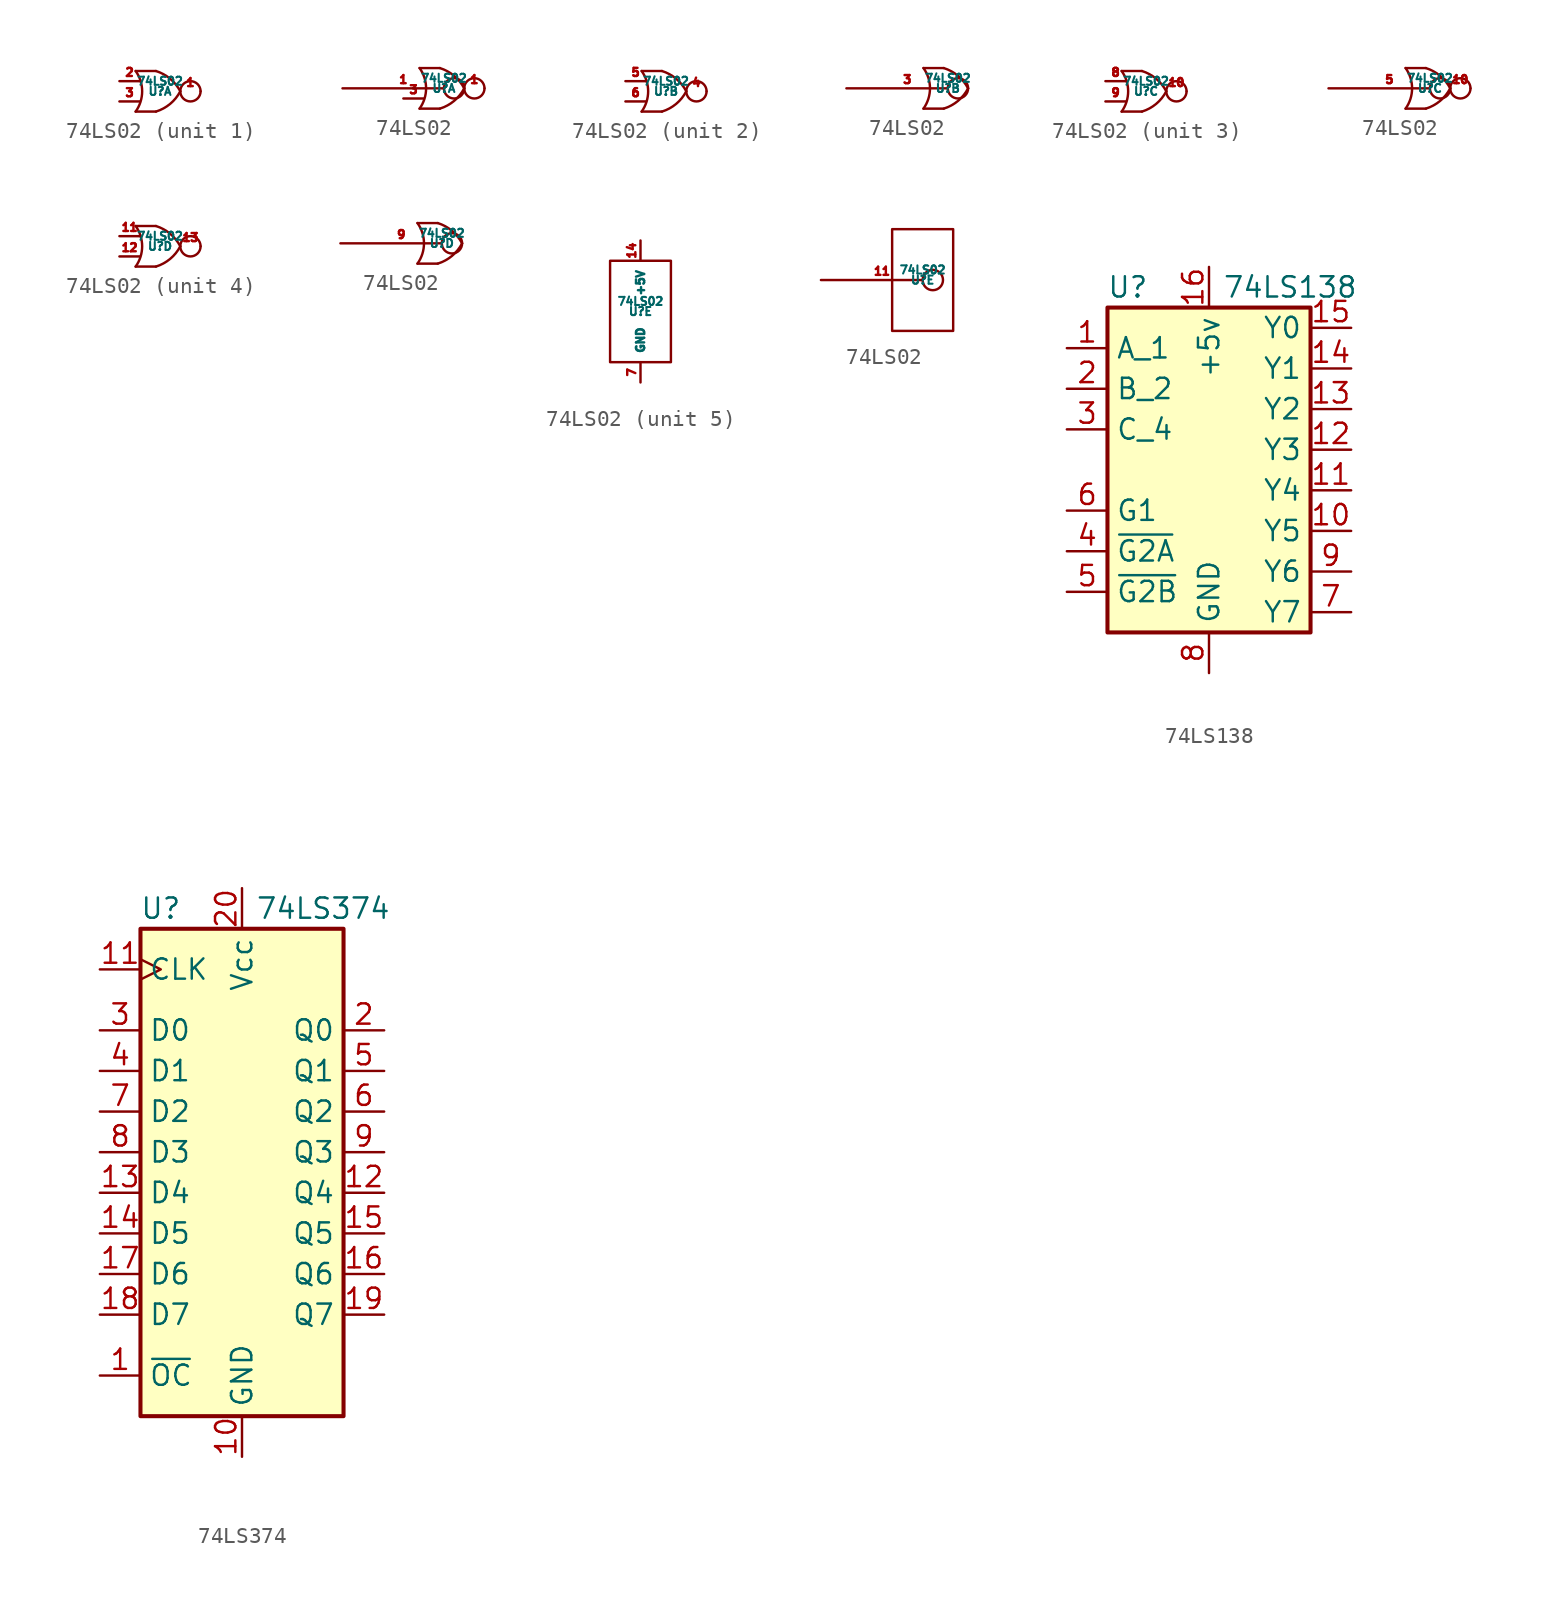
<source format=kicad_sym>
(kicad_symbol_lib
  (version 20211014)
  (generator kicad_symbol_editor)
  (symbol "74LS02"
    (property "Reference" "U"
      (at 0 0 0)
      (effects (font (size 0.508 0.508))))
    (property "Value" "74LS02"
      (at 0 0.635 0)
      (effects (font (size 0.508 0.508))))
    (property "Footprint" ""
      (at 1.27 0 0)
      (effects (font (size 1.524 1.524))))
    (property "Datasheet" ""
      (at 1.27 0 0)
      (effects (font (size 1.524 1.524))))
    (symbol "74LS02_1_0"
      (arc (start -1.524 -1.27) (mid -1.117 0) (end -1.524 1.27) (stroke (width 0) (type default) (color 0 0 0 0)) (fill (type none)))
      (arc (start -0.254 -1.27) (mid 0.6362 -0.7874) (end 1.27 0) (stroke (width 0) (type default) (color 0 0 0 0)) (fill (type none)))
      (polyline (pts (xy -1.524 -1.27) (xy -0.254 -1.27)) (stroke (width 0) (type default) (color 0 0 0 0)) (fill (type none)))
      (polyline (pts (xy -1.524 1.27) (xy -0.254 1.27)) (stroke (width 0) (type default) (color 0 0 0 0)) (fill (type none)))
      (arc (start 1.27 0) (mid 0.6339 0.7864) (end -0.254 1.27) (stroke (width 0) (type default) (color 0 0 0 0)) (fill (type none)))
      (pin output inverted (at 2.54 0 180) (length 1.27) (name "~" (effects (font (size 0.508 0.508)))) (number "1" (effects (font (size 0.508 0.508)))))
      (pin input line (at -2.54 -0.635 0) (length 1.27) (name "~" (effects (font (size 0.508 0.508)))) (number "3" (effects (font (size 0.508 0.508))))))
    (symbol "74LS02_1_1"
      (pin input line (at -2.54 0.635 0) (length 1.27) (name "~" (effects (font (size 0.508 0.508)))) (number "2" (effects (font (size 0.508 0.508))))))
    (symbol "74LS02_1_2"
      (pin input inverted (at -6.35 0 0) (length 7.62) (name "~" (effects (font (size 0.508 0.508)))) (number "1" (effects (font (size 0.508 0.508))))))
    (symbol "74LS02_2_0"
      (arc (start -1.524 -1.27) (mid -1.117 0) (end -1.524 1.27) (stroke (width 0) (type default) (color 0 0 0 0)) (fill (type none)))
      (arc (start -0.254 -1.27) (mid 0.6362 -0.7874) (end 1.27 0) (stroke (width 0) (type default) (color 0 0 0 0)) (fill (type none)))
      (polyline (pts (xy -1.524 -1.27) (xy -0.254 -1.27)) (stroke (width 0) (type default) (color 0 0 0 0)) (fill (type none)))
      (polyline (pts (xy -1.524 1.27) (xy -0.254 1.27)) (stroke (width 0) (type default) (color 0 0 0 0)) (fill (type none)))
      (arc (start 1.27 0) (mid 0.6339 0.7864) (end -0.254 1.27) (stroke (width 0) (type default) (color 0 0 0 0)) (fill (type none))))
    (symbol "74LS02_2_1"
      (pin output inverted (at 2.54 0 180) (length 1.27) (name "~" (effects (font (size 0.508 0.508)))) (number "4" (effects (font (size 0.508 0.508)))))
      (pin input line (at -2.54 0.635 0) (length 1.27) (name "~" (effects (font (size 0.508 0.508)))) (number "5" (effects (font (size 0.508 0.508)))))
      (pin input line (at -2.54 -0.635 0) (length 1.27) (name "~" (effects (font (size 0.508 0.508)))) (number "6" (effects (font (size 0.508 0.508))))))
    (symbol "74LS02_2_2"
      (pin input inverted (at -6.35 0 0) (length 7.62) (name "~" (effects (font (size 0.508 0.508)))) (number "3" (effects (font (size 0.508 0.508))))))
    (symbol "74LS02_3_0"
      (arc (start -1.524 -1.27) (mid -1.117 0) (end -1.524 1.27) (stroke (width 0) (type default) (color 0 0 0 0)) (fill (type none)))
      (arc (start -0.254 -1.27) (mid 0.6362 -0.7874) (end 1.27 0) (stroke (width 0) (type default) (color 0 0 0 0)) (fill (type none)))
      (polyline (pts (xy -1.524 -1.27) (xy -0.254 -1.27)) (stroke (width 0) (type default) (color 0 0 0 0)) (fill (type none)))
      (polyline (pts (xy -1.524 1.27) (xy -0.254 1.27)) (stroke (width 0) (type default) (color 0 0 0 0)) (fill (type none)))
      (arc (start 1.27 0) (mid 0.6339 0.7864) (end -0.254 1.27) (stroke (width 0) (type default) (color 0 0 0 0)) (fill (type none)))
      (pin output inverted (at 2.54 0 180) (length 1.27) (name "~" (effects (font (size 0.508 0.508)))) (number "10" (effects (font (size 0.508 0.508))))))
    (symbol "74LS02_3_1"
      (pin input line (at -2.54 0.635 0) (length 1.27) (name "~" (effects (font (size 0.508 0.508)))) (number "8" (effects (font (size 0.508 0.508)))))
      (pin input line (at -2.54 -0.635 0) (length 1.27) (name "~" (effects (font (size 0.508 0.508)))) (number "9" (effects (font (size 0.508 0.508))))))
    (symbol "74LS02_3_2"
      (pin input inverted (at -6.35 0 0) (length 7.62) (name "~" (effects (font (size 0.508 0.508)))) (number "5" (effects (font (size 0.508 0.508))))))
    (symbol "74LS02_4_0"
      (arc (start -1.524 -1.27) (mid -1.117 0) (end -1.524 1.27) (stroke (width 0) (type default) (color 0 0 0 0)) (fill (type none)))
      (arc (start -0.254 -1.27) (mid 0.6362 -0.7874) (end 1.27 0) (stroke (width 0) (type default) (color 0 0 0 0)) (fill (type none)))
      (polyline (pts (xy -1.524 -1.27) (xy -0.254 -1.27)) (stroke (width 0) (type default) (color 0 0 0 0)) (fill (type none)))
      (polyline (pts (xy -1.524 1.27) (xy -0.254 1.27)) (stroke (width 0) (type default) (color 0 0 0 0)) (fill (type none)))
      (arc (start 1.27 0) (mid 0.6339 0.7864) (end -0.254 1.27) (stroke (width 0) (type default) (color 0 0 0 0)) (fill (type none))))
    (symbol "74LS02_4_1"
      (pin input line (at -2.54 0.635 0) (length 1.27) (name "~" (effects (font (size 0.508 0.508)))) (number "11" (effects (font (size 0.508 0.508)))))
      (pin input line (at -2.54 -0.635 0) (length 1.27) (name "~" (effects (font (size 0.508 0.508)))) (number "12" (effects (font (size 0.508 0.508)))))
      (pin output inverted (at 2.54 0 180) (length 1.27) (name "~" (effects (font (size 0.508 0.508)))) (number "13" (effects (font (size 0.508 0.508))))))
    (symbol "74LS02_4_2"
      (pin input inverted (at -6.35 0 0) (length 7.62) (name "~" (effects (font (size 0.508 0.508)))) (number "9" (effects (font (size 0.508 0.508))))))
    (symbol "74LS02_5_0"
      (rectangle (start -1.905 3.175) (end 1.905 -3.175) (stroke (width 0) (type default) (color 0 0 0 0)) (fill (type none))))
    (symbol "74LS02_5_1"
      (pin power_in line (at 0 4.445 270) (length 1.27) (name "+5V" (effects (font (size 0.508 0.508)))) (number "14" (effects (font (size 0.508 0.508)))))
      (pin power_in line (at 0 -4.445 90) (length 1.27) (name "GND" (effects (font (size 0.508 0.508)))) (number "7" (effects (font (size 0.508 0.508))))))
    (symbol "74LS02_5_2"
      (pin input inverted (at -6.35 0 0) (length 7.62) (name "~" (effects (font (size 0.508 0.508)))) (number "11" (effects (font (size 0.508 0.508)))))))
  (symbol "74LS138"
    (property "Reference" "U"
      (at -5.08 11.43 0)
      (effects (font (size 1.27 1.27))))
    (property "Value" "74LS138"
      (at 5.08 11.43 0)
      (effects (font (size 1.27 1.27))))
    (property "Footprint" ""
      (at 0 1.27 0)
      (effects (font (size 1.524 1.524))))
    (property "Datasheet" ""
      (at 0 1.27 0)
      (effects (font (size 1.524 1.524))))
    (symbol "74LS138_0_1"
      (rectangle (start -6.35 10.16) (end 6.35 -10.16) (stroke (width 0.254) (type default) (color 0 0 0 0)) (fill (type background))))
    (symbol "74LS138_1_1"
      (pin input line (at -8.89 7.62 0) (length 2.54) (name "A_1" (effects (font (size 1.27 1.27)))) (number "1" (effects (font (size 1.27 1.27)))))
      (pin output line (at 8.89 -3.81 180) (length 2.54) (name "Y5" (effects (font (size 1.27 1.27)))) (number "10" (effects (font (size 1.27 1.27)))))
      (pin output line (at 8.89 -1.27 180) (length 2.54) (name "Y4" (effects (font (size 1.27 1.27)))) (number "11" (effects (font (size 1.27 1.27)))))
      (pin output line (at 8.89 1.27 180) (length 2.54) (name "Y3" (effects (font (size 1.27 1.27)))) (number "12" (effects (font (size 1.27 1.27)))))
      (pin output line (at 8.89 3.81 180) (length 2.54) (name "Y2" (effects (font (size 1.27 1.27)))) (number "13" (effects (font (size 1.27 1.27)))))
      (pin output line (at 8.89 6.35 180) (length 2.54) (name "Y1" (effects (font (size 1.27 1.27)))) (number "14" (effects (font (size 1.27 1.27)))))
      (pin output line (at 8.89 8.89 180) (length 2.54) (name "Y0" (effects (font (size 1.27 1.27)))) (number "15" (effects (font (size 1.27 1.27)))))
      (pin power_in line (at 0 12.7 270) (length 2.54) (name "+5v" (effects (font (size 1.27 1.27)))) (number "16" (effects (font (size 1.27 1.27)))))
      (pin input line (at -8.89 5.08 0) (length 2.54) (name "B_2" (effects (font (size 1.27 1.27)))) (number "2" (effects (font (size 1.27 1.27)))))
      (pin input line (at -8.89 2.54 0) (length 2.54) (name "C_4" (effects (font (size 1.27 1.27)))) (number "3" (effects (font (size 1.27 1.27)))))
      (pin input line (at -8.89 -5.08 0) (length 2.54) (name "~{G2A}" (effects (font (size 1.27 1.27)))) (number "4" (effects (font (size 1.27 1.27)))))
      (pin input line (at -8.89 -7.62 0) (length 2.54) (name "~{G2B}" (effects (font (size 1.27 1.27)))) (number "5" (effects (font (size 1.27 1.27)))))
      (pin input line (at -8.89 -2.54 0) (length 2.54) (name "G1" (effects (font (size 1.27 1.27)))) (number "6" (effects (font (size 1.27 1.27)))))
      (pin output line (at 8.89 -8.89 180) (length 2.54) (name "Y7" (effects (font (size 1.27 1.27)))) (number "7" (effects (font (size 1.27 1.27)))))
      (pin power_in line (at 0 -12.7 90) (length 2.54) (name "GND" (effects (font (size 1.27 1.27)))) (number "8" (effects (font (size 1.27 1.27)))))
      (pin output line (at 8.89 -6.35 180) (length 2.54) (name "Y6" (effects (font (size 1.27 1.27)))) (number "9" (effects (font (size 1.27 1.27)))))))
  (symbol "74LS374"
    (property "Reference" "U"
      (at -5.08 16.51 0)
      (effects (font (size 1.27 1.27))))
    (property "Value" "74LS374"
      (at 5.08 16.51 0)
      (effects (font (size 1.27 1.27))))
    (property "Footprint" ""
      (at 0 6.35 0)
      (effects (font (size 1.524 1.524))))
    (property "Datasheet" ""
      (at 0 6.35 0)
      (effects (font (size 1.524 1.524))))
    (symbol "74LS374_0_1"
      (rectangle (start -6.35 15.24) (end 6.35 -15.24) (stroke (width 0.254) (type default) (color 0 0 0 0)) (fill (type background))))
    (symbol "74LS374_1_1"
      (pin input line (at -8.89 -12.7 0) (length 2.54) (name "~{OC}" (effects (font (size 1.27 1.27)))) (number "1" (effects (font (size 1.27 1.27)))))
      (pin power_in line (at 0 -17.78 90) (length 2.54) (name "GND" (effects (font (size 1.27 1.27)))) (number "10" (effects (font (size 1.27 1.27)))))
      (pin input clock (at -8.89 12.7 0) (length 2.54) (name "CLK" (effects (font (size 1.27 1.27)))) (number "11" (effects (font (size 1.27 1.27)))))
      (pin output line (at 8.89 -1.27 180) (length 2.54) (name "Q4" (effects (font (size 1.27 1.27)))) (number "12" (effects (font (size 1.27 1.27)))))
      (pin input line (at -8.89 -1.27 0) (length 2.54) (name "D4" (effects (font (size 1.27 1.27)))) (number "13" (effects (font (size 1.27 1.27)))))
      (pin input line (at -8.89 -3.81 0) (length 2.54) (name "D5" (effects (font (size 1.27 1.27)))) (number "14" (effects (font (size 1.27 1.27)))))
      (pin output line (at 8.89 -3.81 180) (length 2.54) (name "Q5" (effects (font (size 1.27 1.27)))) (number "15" (effects (font (size 1.27 1.27)))))
      (pin output line (at 8.89 -6.35 180) (length 2.54) (name "Q6" (effects (font (size 1.27 1.27)))) (number "16" (effects (font (size 1.27 1.27)))))
      (pin input line (at -8.89 -6.35 0) (length 2.54) (name "D6" (effects (font (size 1.27 1.27)))) (number "17" (effects (font (size 1.27 1.27)))))
      (pin input line (at -8.89 -8.89 0) (length 2.54) (name "D7" (effects (font (size 1.27 1.27)))) (number "18" (effects (font (size 1.27 1.27)))))
      (pin output line (at 8.89 -8.89 180) (length 2.54) (name "Q7" (effects (font (size 1.27 1.27)))) (number "19" (effects (font (size 1.27 1.27)))))
      (pin output line (at 8.89 8.89 180) (length 2.54) (name "Q0" (effects (font (size 1.27 1.27)))) (number "2" (effects (font (size 1.27 1.27)))))
      (pin power_in line (at 0 17.78 270) (length 2.54) (name "Vcc" (effects (font (size 1.27 1.27)))) (number "20" (effects (font (size 1.27 1.27)))))
      (pin input line (at -8.89 8.89 0) (length 2.54) (name "D0" (effects (font (size 1.27 1.27)))) (number "3" (effects (font (size 1.27 1.27)))))
      (pin input line (at -8.89 6.35 0) (length 2.54) (name "D1" (effects (font (size 1.27 1.27)))) (number "4" (effects (font (size 1.27 1.27)))))
      (pin output line (at 8.89 6.35 180) (length 2.54) (name "Q1" (effects (font (size 1.27 1.27)))) (number "5" (effects (font (size 1.27 1.27)))))
      (pin output line (at 8.89 3.81 180) (length 2.54) (name "Q2" (effects (font (size 1.27 1.27)))) (number "6" (effects (font (size 1.27 1.27)))))
      (pin input line (at -8.89 3.81 0) (length 2.54) (name "D2" (effects (font (size 1.27 1.27)))) (number "7" (effects (font (size 1.27 1.27)))))
      (pin input line (at -8.89 1.27 0) (length 2.54) (name "D3" (effects (font (size 1.27 1.27)))) (number "8" (effects (font (size 1.27 1.27)))))
      (pin output line (at 8.89 1.27 180) (length 2.54) (name "Q3" (effects (font (size 1.27 1.27)))) (number "9" (effects (font (size 1.27 1.27))))))))
</source>
